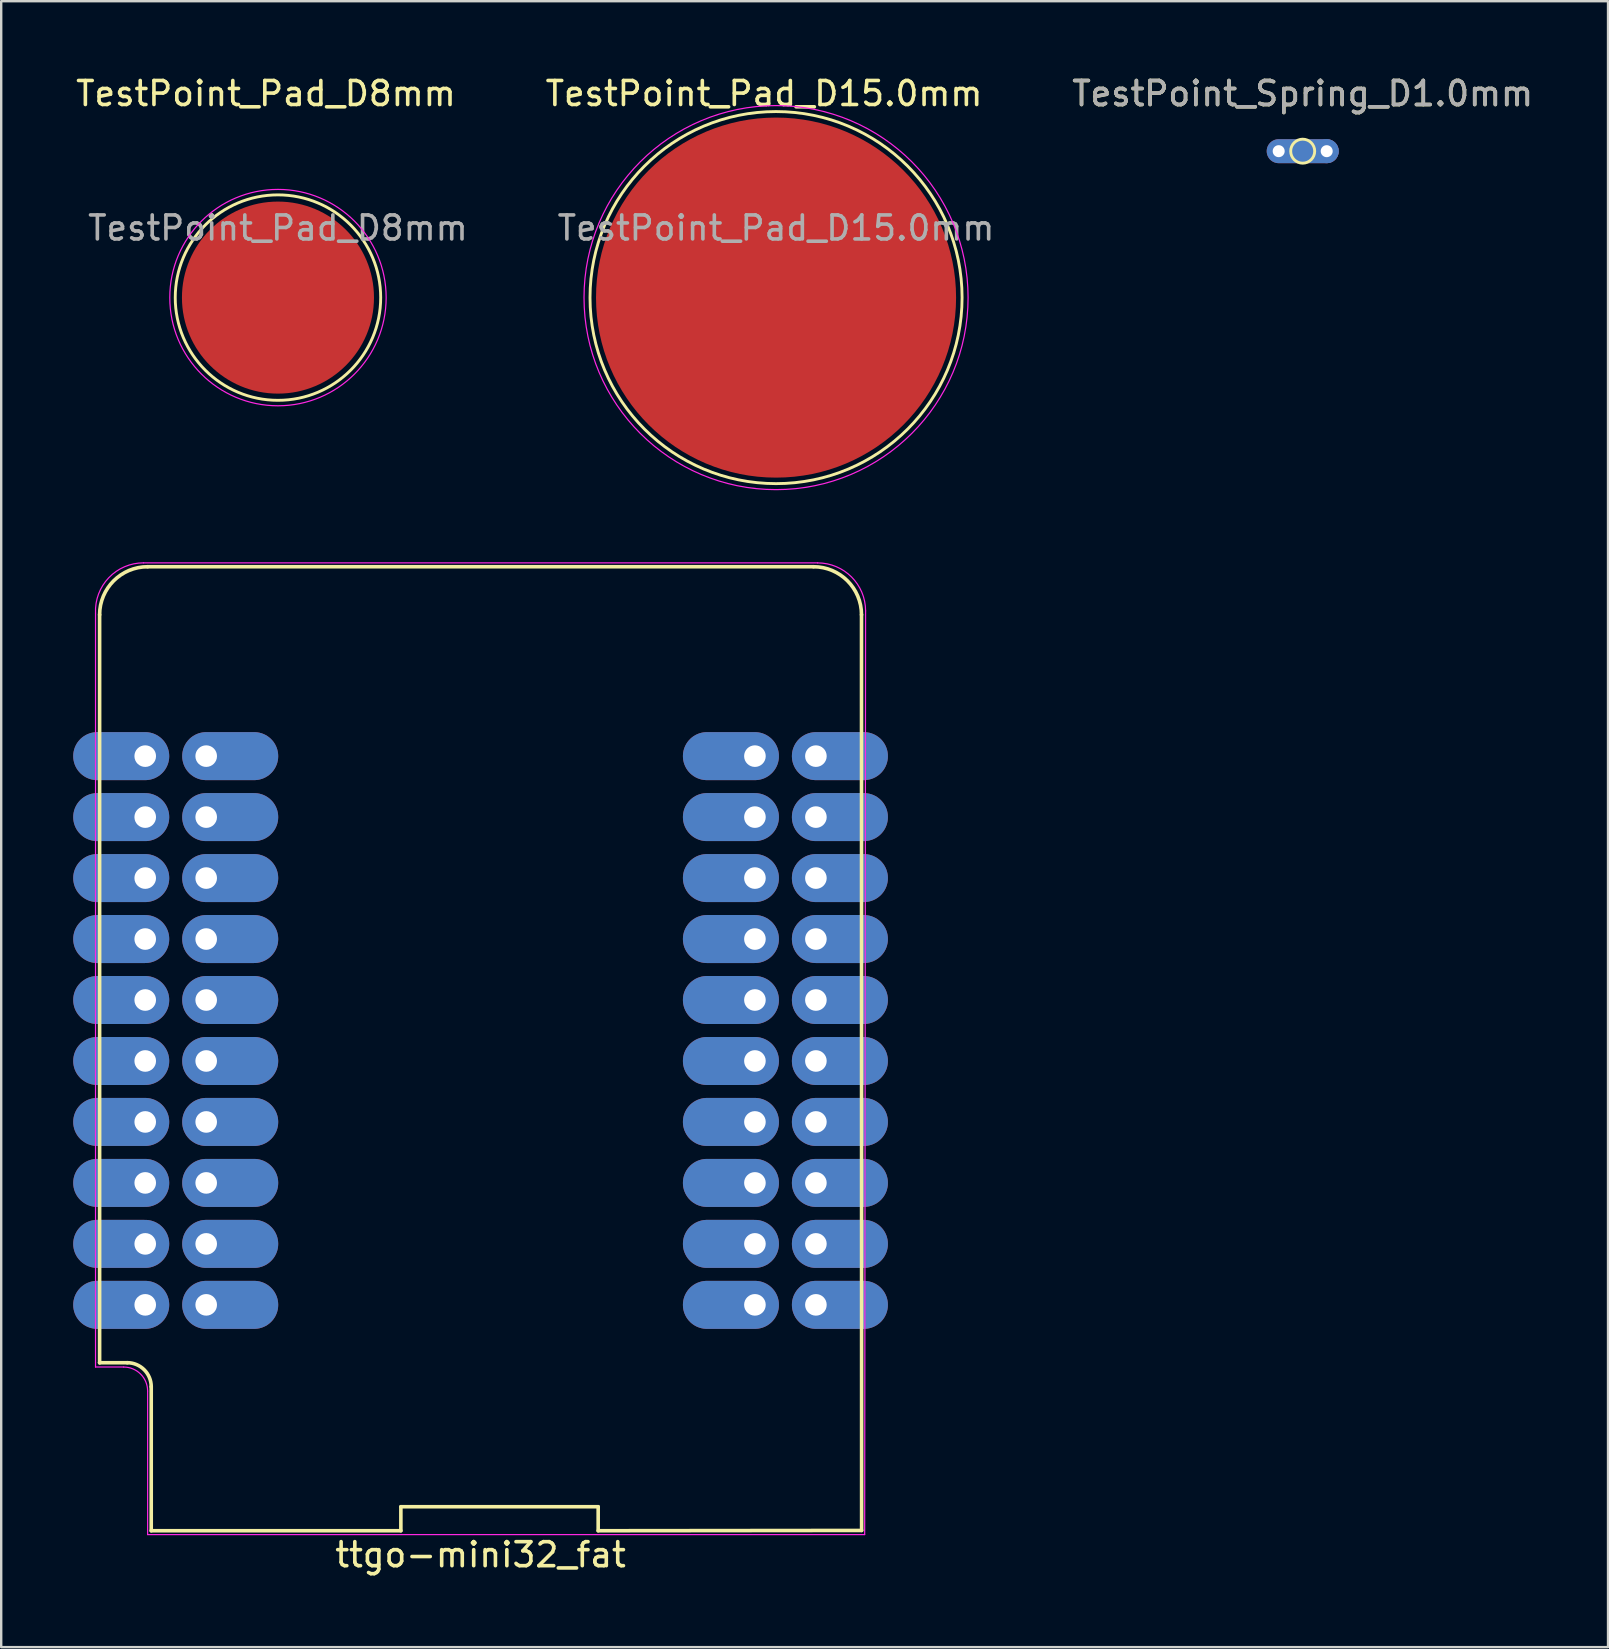
<source format=kicad_pcb>
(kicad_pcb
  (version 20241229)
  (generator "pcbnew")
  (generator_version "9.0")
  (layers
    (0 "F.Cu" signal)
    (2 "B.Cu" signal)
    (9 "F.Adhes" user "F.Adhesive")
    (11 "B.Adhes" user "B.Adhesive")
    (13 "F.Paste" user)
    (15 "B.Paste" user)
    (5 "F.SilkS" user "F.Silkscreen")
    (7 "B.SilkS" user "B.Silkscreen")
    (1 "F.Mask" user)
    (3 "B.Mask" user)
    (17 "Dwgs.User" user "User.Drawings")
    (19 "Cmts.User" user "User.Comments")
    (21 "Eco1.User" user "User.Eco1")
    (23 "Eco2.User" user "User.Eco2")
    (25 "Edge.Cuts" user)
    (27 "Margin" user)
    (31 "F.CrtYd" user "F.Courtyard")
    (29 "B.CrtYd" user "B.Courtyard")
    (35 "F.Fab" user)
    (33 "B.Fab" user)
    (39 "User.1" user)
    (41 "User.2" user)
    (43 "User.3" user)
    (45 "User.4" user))
  (footprint "ttgo-mini32_fat"
    (layer "F.Cu")
    (at 16.97 37.34)
    (property "Reference" "ttgo-mini32_fat" (at 0 24.38 180) (layer "F.SilkS") (effects (font (size 1 1) (thickness 0.15))))
    (attr through_hole)
    (fp_line (start -15.87 -14.78) (end -15.87 16.38) (stroke (width 0.15) (type solid)) (layer "F.SilkS"))
    (fp_line (start -15.87 16.38) (end -15.87 16.38) (stroke (width 0.15) (type solid)) (layer "F.SilkS"))
    (fp_line (start -14.71 16.38) (end -15.87 16.38) (stroke (width 0.15) (type solid)) (layer "F.SilkS"))
    (fp_line (start -13.72 23.38) (end -13.72 17.38) (stroke (width 0.15) (type solid)) (layer "F.SilkS"))
    (fp_line (start -13.72 23.38) (end -3.32 23.38) (stroke (width 0.15) (type solid)) (layer "F.SilkS"))
    (fp_line (start -3.32 22.38) (end 4.9 22.38) (stroke (width 0.15) (type solid)) (layer "F.SilkS"))
    (fp_line (start -3.32 23.38) (end -3.32 22.38) (stroke (width 0.15) (type solid)) (layer "F.SilkS"))
    (fp_line (start 4.9 22.38) (end 4.9 23.38) (stroke (width 0.15) (type solid)) (layer "F.SilkS"))
    (fp_line (start 4.9 23.38) (end 15.875 23.368) (stroke (width 0.15) (type solid)) (layer "F.SilkS"))
    (fp_line (start 13.87 -16.78) (end -13.87 -16.78) (stroke (width 0.15) (type solid)) (layer "F.SilkS"))
    (fp_line (start 15.875 23.368) (end 15.87 -14.78) (stroke (width 0.15) (type solid)) (layer "F.SilkS"))
    (fp_arc (start -15.87 -14.78) (mid -15.284214 -16.194214) (end -13.87 -16.78) (stroke (width 0.15) (type solid)) (layer "F.SilkS"))
    (fp_arc (start -14.72 16.38) (mid -14.012893 16.672893) (end -13.72 17.38) (stroke (width 0.15) (type solid)) (layer "F.SilkS"))
    (fp_arc (start 13.87 -16.78) (mid 15.284214 -16.194214) (end 15.87 -14.78) (stroke (width 0.15) (type solid)) (layer "F.SilkS"))
    (fp_line (start -16.04 16.56) (end -16.04 -14.85) (stroke (width 0.05) (type solid)) (layer "F.CrtYd"))
    (fp_line (start -16.04 16.56) (end -14.87 16.56) (stroke (width 0.05) (type solid)) (layer "F.CrtYd"))
    (fp_line (start -14.04 -16.942) (end 14.04 -16.94) (stroke (width 0.05) (type solid)) (layer "F.CrtYd"))
    (fp_line (start -13.87 23.54) (end -13.87 17.56) (stroke (width 0.05) (type solid)) (layer "F.CrtYd"))
    (fp_line (start 16.002 23.54) (end -13.87 23.54) (stroke (width 0.05) (type solid)) (layer "F.CrtYd"))
    (fp_line (start 16.04 -14.94) (end 16.002 23.54) (stroke (width 0.05) (type solid)) (layer "F.CrtYd"))
    (fp_arc (start -16.04 -14.85) (mid -15.487115 -16.323459) (end -14.04 -16.942024) (stroke (width 0.05) (type solid)) (layer "F.CrtYd"))
    (fp_arc (start -14.87 16.56) (mid -14.162893 16.852893) (end -13.87 17.56) (stroke (width 0.05) (type solid)) (layer "F.CrtYd"))
    (fp_arc (start 14.04 -16.94) (mid 15.454214 -16.354214) (end 16.04 -14.94) (stroke (width 0.05) (type solid)) (layer "F.CrtYd"))
    (pad "1" thru_hole oval (at -13.97 -8.89 90) (size 2 4) (drill 0.9 (offset 0 -1)) (layers "*.Cu" "*.Mask"))
    (pad "2" thru_hole oval (at -13.97 -6.35 90) (size 2 4) (drill 0.9 (offset 0 -1)) (layers "*.Cu" "*.Mask"))
    (pad "3" thru_hole oval (at -13.97 -3.81 90) (size 2 4) (drill 0.9 (offset 0 -1)) (layers "*.Cu" "*.Mask"))
    (pad "4" thru_hole oval (at -13.97 -1.27 90) (size 2 4) (drill 0.9 (offset 0 -1)) (layers "*.Cu" "*.Mask"))
    (pad "5" thru_hole oval (at -13.97 1.27 90) (size 2 4) (drill 0.9 (offset 0 -1)) (layers "*.Cu" "*.Mask"))
    (pad "6" thru_hole oval (at -13.97 3.81 90) (size 2 4) (drill 0.9 (offset 0 -1)) (layers "*.Cu" "*.Mask"))
    (pad "7" thru_hole oval (at -13.97 6.35 90) (size 2 4) (drill 0.9 (offset 0 -1)) (layers "*.Cu" "*.Mask"))
    (pad "8" thru_hole oval (at -13.97 8.89 90) (size 2 4) (drill 0.9 (offset 0 -1)) (layers "*.Cu" "*.Mask"))
    (pad "9" thru_hole oval (at -13.97 11.43 90) (size 2 4) (drill 0.9 (offset 0 -1)) (layers "*.Cu" "*.Mask"))
    (pad "10" thru_hole oval (at -13.97 13.97 90) (size 2 4) (drill 0.9 (offset 0 -1)) (layers "*.Cu" "*.Mask"))
    (pad "11" thru_hole oval (at -11.43 13.97 90) (size 2 4) (drill 0.9 (offset 0 1)) (layers "*.Cu" "*.Mask"))
    (pad "12" thru_hole oval (at -11.43 11.43 90) (size 2 4) (drill 0.9 (offset 0 1)) (layers "*.Cu" "*.Mask"))
    (pad "13" thru_hole oval (at -11.43 8.89 90) (size 2 4) (drill 0.9 (offset 0 1)) (layers "*.Cu" "*.Mask"))
    (pad "14" thru_hole oval (at -11.43 6.35 90) (size 2 4) (drill 0.9 (offset 0 1)) (layers "*.Cu" "*.Mask"))
    (pad "15" thru_hole oval (at -11.43 3.81 90) (size 2 4) (drill 0.9 (offset 0 1)) (layers "*.Cu" "*.Mask"))
    (pad "16" thru_hole oval (at -11.43 1.27 90) (size 2 4) (drill 0.9 (offset 0 1)) (layers "*.Cu" "*.Mask"))
    (pad "17" thru_hole oval (at -11.43 -1.27 90) (size 2 4) (drill 0.9 (offset 0 1)) (layers "*.Cu" "*.Mask"))
    (pad "18" thru_hole oval (at -11.43 -3.81 90) (size 2 4) (drill 0.9 (offset 0 1)) (layers "*.Cu" "*.Mask"))
    (pad "19" thru_hole oval (at -11.43 -6.35 90) (size 2 4) (drill 0.9 (offset 0 1)) (layers "*.Cu" "*.Mask"))
    (pad "20" thru_hole oval (at -11.43 -8.89 90) (size 2 4) (drill 0.9 (offset 0 1)) (layers "*.Cu" "*.Mask"))
    (pad "21" thru_hole oval (at 11.43 -8.89 90) (size 2 4) (drill 0.9 (offset 0 -1)) (layers "*.Cu" "*.Mask"))
    (pad "22" thru_hole oval (at 11.43 -6.35 90) (size 2 4) (drill 0.9 (offset 0 -1)) (layers "*.Cu" "*.Mask"))
    (pad "23" thru_hole oval (at 11.43 -3.81 90) (size 2 4) (drill 0.9 (offset 0 -1)) (layers "*.Cu" "*.Mask"))
    (pad "24" thru_hole oval (at 11.43 -1.27 90) (size 2 4) (drill 0.9 (offset 0 -1)) (layers "*.Cu" "*.Mask"))
    (pad "25" thru_hole oval (at 11.43 1.27 90) (size 2 4) (drill 0.9 (offset 0 -1)) (layers "*.Cu" "*.Mask"))
    (pad "26" thru_hole oval (at 11.43 3.81 90) (size 2 4) (drill 0.9 (offset 0 -1)) (layers "*.Cu" "*.Mask"))
    (pad "27" thru_hole oval (at 11.43 6.35 90) (size 2 4) (drill 0.9 (offset 0 -1)) (layers "*.Cu" "*.Mask"))
    (pad "28" thru_hole oval (at 11.43 8.89 90) (size 2 4) (drill 0.9 (offset 0 -1)) (layers "*.Cu" "*.Mask"))
    (pad "29" thru_hole oval (at 11.43 11.43 90) (size 2 4) (drill 0.9 (offset 0 -1)) (layers "*.Cu" "*.Mask"))
    (pad "30" thru_hole oval (at 11.43 13.97 90) (size 2 4) (drill 0.9 (offset 0 -1)) (layers "*.Cu" "*.Mask"))
    (pad "31" thru_hole oval (at 13.97 13.97 90) (size 2 4) (drill 0.9 (offset 0 1)) (layers "*.Cu" "*.Mask"))
    (pad "32" thru_hole oval (at 13.97 11.43 90) (size 2 4) (drill 0.9 (offset 0 1)) (layers "*.Cu" "*.Mask"))
    (pad "33" thru_hole oval (at 13.97 8.89 90) (size 2 4) (drill 0.9 (offset 0 1)) (layers "*.Cu" "*.Mask"))
    (pad "34" thru_hole oval (at 13.97 6.35 90) (size 2 4) (drill 0.9 (offset 0 1)) (layers "*.Cu" "*.Mask"))
    (pad "35" thru_hole oval (at 13.97 3.81 90) (size 2 4) (drill 0.9 (offset 0 1)) (layers "*.Cu" "*.Mask"))
    (pad "36" thru_hole oval (at 13.97 1.27 90) (size 2 4) (drill 0.9 (offset 0 1)) (layers "*.Cu" "*.Mask"))
    (pad "37" thru_hole oval (at 13.97 -1.27 90) (size 2 4) (drill 0.9 (offset 0 1)) (layers "*.Cu" "*.Mask"))
    (pad "38" thru_hole oval (at 13.97 -3.81 90) (size 2 4) (drill 0.9 (offset 0 1)) (layers "*.Cu" "*.Mask"))
    (pad "39" thru_hole oval (at 13.97 -6.35 90) (size 2 4) (drill 0.9 (offset 0 1)) (layers "*.Cu" "*.Mask"))
    (pad "40" thru_hole oval (at 13.97 -8.89 90) (size 2 4) (drill 0.9 (offset 0 1)) (layers "*.Cu" "*.Mask")))
  (footprint "TestPoint_Pad_D15.0mm"
    (layer "F.Cu")
    (at 29.28 9.348)
    (property "Reference" "TestPoint_Pad_D15.0mm" (at -0.5 -8.5 0) (layer "F.SilkS") (effects (font (size 1 1) (thickness 0.15))))
    (attr exclude_from_pos_files exclude_from_bom)
    (fp_circle (center 0 0) (end 7.75 0) (stroke (width 0.12) (type solid)) (fill no) (layer "F.SilkS"))
    (fp_circle (center 0 0) (end 8 0) (stroke (width 0.05) (type solid)) (fill no) (layer "F.CrtYd"))
    (fp_text user "${REFERENCE}" (at 0 -2.9 0) (layer "F.Fab") (effects (font (size 1 1) (thickness 0.15))))
    (pad "1" smd circle (at 0 0) (size 15 15) (layers "F.Cu" "F.Mask")))
  (footprint "TestPoint_Pad_D8mm"
    (layer "F.Cu")
    (at 8.53 9.348)
    (property "Reference" "TestPoint_Pad_D8mm" (at -0.5 -8.5 0) (layer "F.SilkS") (effects (font (size 1 1) (thickness 0.15))))
    (attr exclude_from_pos_files exclude_from_bom)
    (fp_circle (center 0 0) (end 4.25 0.5) (stroke (width 0.12) (type solid)) (fill no) (layer "F.SilkS"))
    (fp_circle (center 0 0) (end 4.5 0.25) (stroke (width 0.05) (type solid)) (fill no) (layer "F.CrtYd"))
    (fp_text user "${REFERENCE}" (at 0 -2.9 0) (layer "F.Fab") (effects (font (size 1 1) (thickness 0.15))))
    (pad "1" smd circle (at 0 0) (size 8 8) (layers "F.Cu" "F.Mask")))
  (footprint "TestPoint_Spring_D1.0mm"
    (layer "F.Cu")
    (at 51.22 3.248)
    (property "Reference" "TestPoint_Spring_D1.0mm" (at 0 -2.398 0) (layer "F.SilkS") (effects (font (size 1 1) (thickness 0.15))))
    (attr exclude_from_pos_files exclude_from_bom)
    (fp_circle (center 0 0) (end 0.5 0) (stroke (width 0.12) (type solid)) (fill no) (layer "F.SilkS"))
    (fp_text user "${REFERENCE}" (at 0 -2.4 0) (layer "F.Fab") (effects (font (size 1 1) (thickness 0.15))))
    (pad "1" thru_hole oval (at -1 0) (size 3 1) (drill 0.5 (offset 1 0)) (layers "*.Cu" "*.Mask"))
    (pad "1" thru_hole circle (at 1 0) (size 1 1) (drill 0.5) (layers "*.Cu" "*.Mask")))
  (gr_rect
    (start -3 -3)
    (end 63.94 65.569)
    (stroke (width 0.1) (type default))
    (fill no)
    (layer "Edge.Cuts")))
</source>
